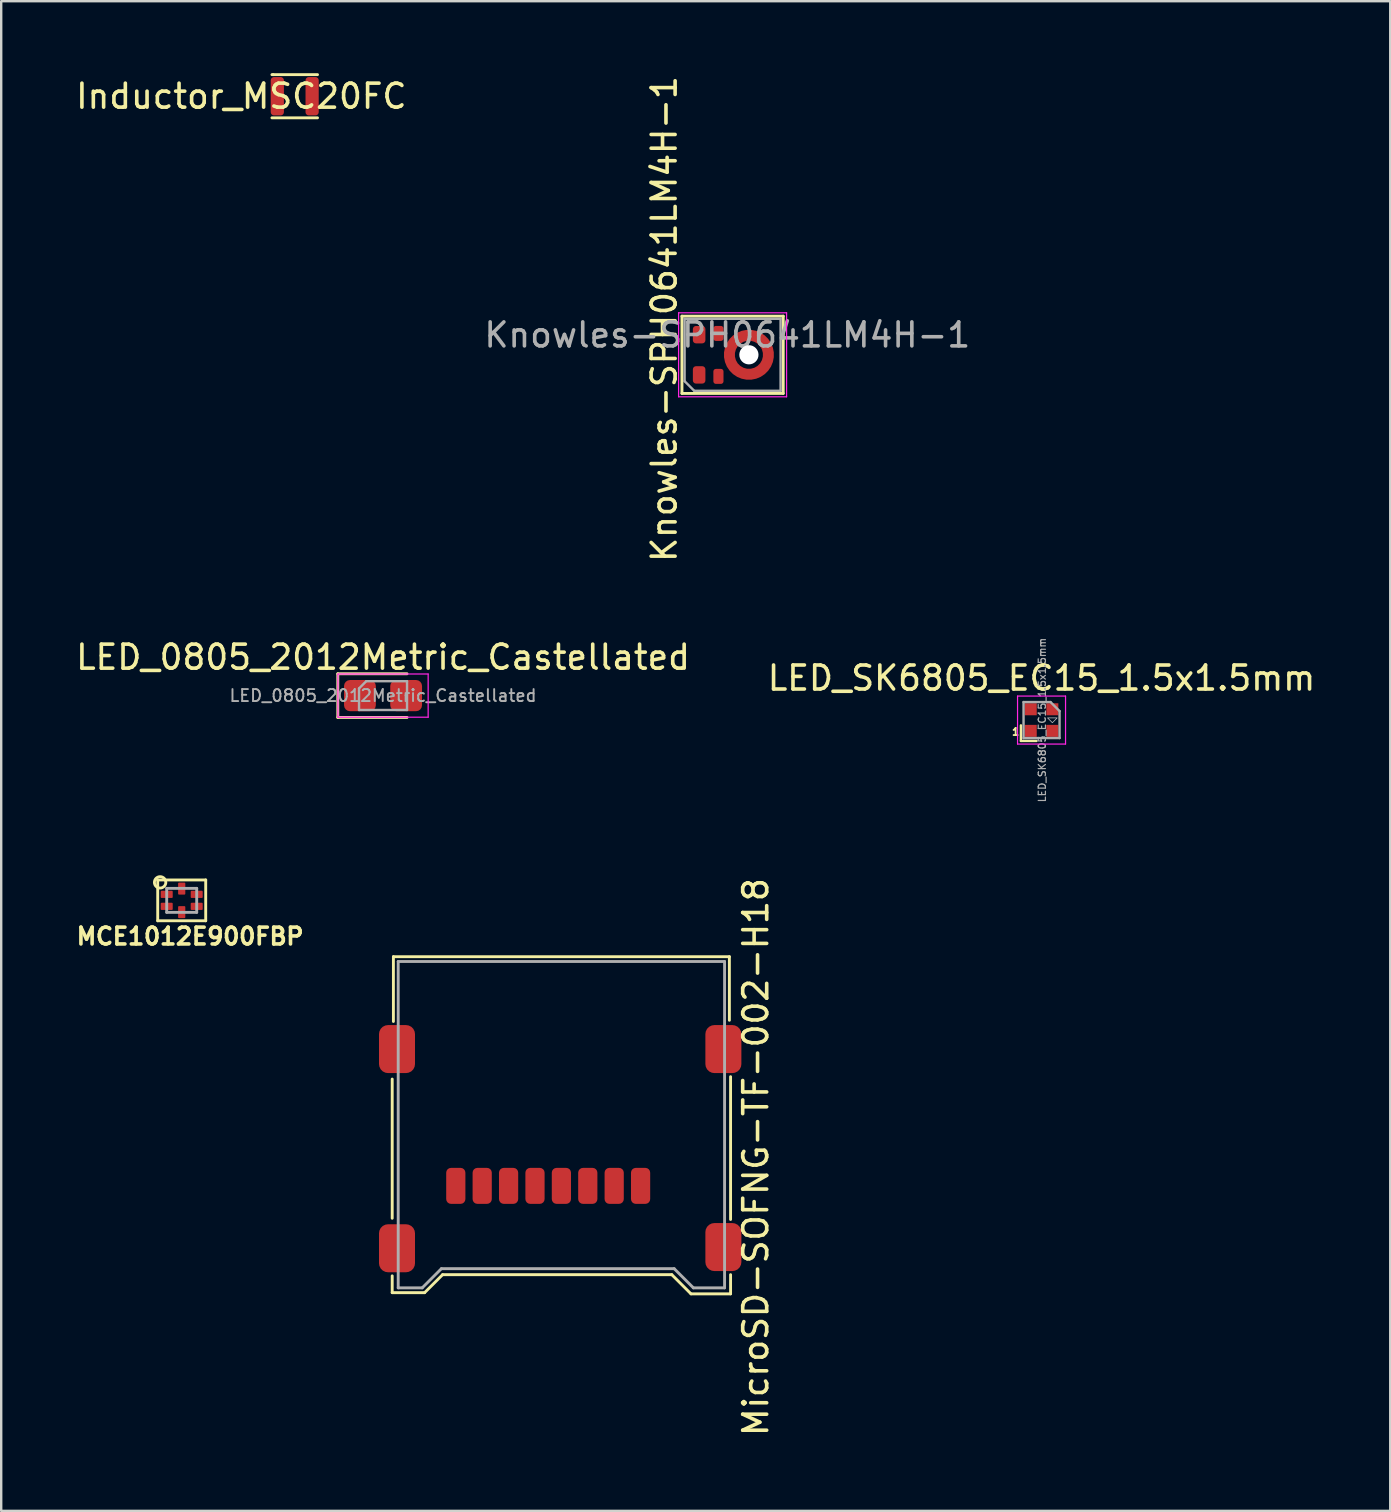
<source format=kicad_pcb>
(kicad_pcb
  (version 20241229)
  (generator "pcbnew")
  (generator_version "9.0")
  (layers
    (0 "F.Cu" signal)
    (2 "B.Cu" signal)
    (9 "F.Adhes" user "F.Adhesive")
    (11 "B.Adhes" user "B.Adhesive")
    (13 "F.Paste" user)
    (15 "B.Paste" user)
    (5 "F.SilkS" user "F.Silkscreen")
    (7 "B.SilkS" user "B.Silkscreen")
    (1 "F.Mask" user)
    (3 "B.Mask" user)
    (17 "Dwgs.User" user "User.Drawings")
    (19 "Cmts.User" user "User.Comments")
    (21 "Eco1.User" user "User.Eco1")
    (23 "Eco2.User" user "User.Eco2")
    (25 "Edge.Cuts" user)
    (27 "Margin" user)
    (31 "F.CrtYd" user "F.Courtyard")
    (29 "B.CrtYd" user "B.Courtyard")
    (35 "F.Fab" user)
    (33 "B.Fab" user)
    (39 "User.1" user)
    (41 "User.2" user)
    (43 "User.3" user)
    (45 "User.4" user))
  (footprint "MCE1012E900FBP"
    (layer "F.Cu")
    (at 4.522 34.468)
    (property "Reference" "MCE1012E900FBP" (at 0.35 1.5 0) (layer "F.SilkS") (effects (font (size 0.7 0.7) (thickness 0.15))))
    (attr through_hole)
    (fp_line (start -1 -0.85) (end 1 -0.85) (stroke (width 0.12) (type solid)) (layer "F.SilkS"))
    (fp_line (start -1 0.85) (end -1 -0.85) (stroke (width 0.12) (type solid)) (layer "F.SilkS"))
    (fp_line (start 1 -0.85) (end 1 0.85) (stroke (width 0.12) (type solid)) (layer "F.SilkS"))
    (fp_line (start 1 0.85) (end -1 0.85) (stroke (width 0.12) (type solid)) (layer "F.SilkS"))
    (fp_circle (center -0.9 -0.75) (end -0.675 -0.675) (stroke (width 0.12) (type solid)) (fill no) (layer "F.SilkS"))
    (fp_line (start -0.625 -0.5) (end 0.625 -0.5) (stroke (width 0.12) (type solid)) (layer "F.Fab"))
    (fp_line (start -0.625 0.5) (end -0.625 -0.5) (stroke (width 0.12) (type solid)) (layer "F.Fab"))
    (fp_line (start 0.625 -0.5) (end 0.625 0.5) (stroke (width 0.12) (type solid)) (layer "F.Fab"))
    (fp_line (start 0.625 0.5) (end -0.625 0.5) (stroke (width 0.12) (type solid)) (layer "F.Fab"))
    (pad "1" smd roundrect (at -0.625 -0.25) (size 0.5 0.3) (layers "F.Cu" "F.Mask" "F.Paste") (roundrect_rratio 0.125))
    (pad "2" smd roundrect (at 0.625 -0.25) (size 0.5 0.3) (layers "F.Cu" "F.Mask" "F.Paste") (roundrect_rratio 0.125))
    (pad "3" smd roundrect (at -0.625 0.25) (size 0.5 0.3) (layers "F.Cu" "F.Mask" "F.Paste") (roundrect_rratio 0.125))
    (pad "4" smd roundrect (at 0.625 0.25) (size 0.5 0.3) (layers "F.Cu" "F.Mask" "F.Paste") (roundrect_rratio 0.125))
    (pad "5" smd roundrect (at 0 -0.49 90) (size 0.5 0.3) (layers "F.Cu" "F.Mask" "F.Paste") (roundrect_rratio 0.125))
    (pad "6" smd roundrect (at 0 0.49 90) (size 0.5 0.3) (layers "F.Cu" "F.Mask" "F.Paste") (roundrect_rratio 0.125)))
  (footprint "Knowles-SPH0641LM4H-1"
    (layer "F.Cu")
    (at 27.477 11.734)
    (property "Reference" "Knowles-SPH0641LM4H-1" (at -2.85 -1.49 90) (layer "F.SilkS") (effects (font (size 1 1) (thickness 0.15))))
    (attr smd)
    (fp_line (start -2.11 -1.61) (end 2.11 -1.61) (stroke (width 0.12) (type solid)) (layer "F.SilkS"))
    (fp_line (start -2.11 1.61) (end -2.11 -1.61) (stroke (width 0.12) (type solid)) (layer "F.SilkS"))
    (fp_line (start 2.11 -1.61) (end 2.11 1.61) (stroke (width 0.12) (type solid)) (layer "F.SilkS"))
    (fp_line (start 2.11 1.61) (end -2.11 1.61) (stroke (width 0.12) (type solid)) (layer "F.SilkS"))
    (fp_line (start -2.25 -1.75) (end 2.25 -1.75) (stroke (width 0.05) (type solid)) (layer "F.CrtYd"))
    (fp_line (start -2.25 1.75) (end -2.25 -1.75) (stroke (width 0.05) (type solid)) (layer "F.CrtYd"))
    (fp_line (start 2.25 -1.75) (end 2.25 1.75) (stroke (width 0.05) (type solid)) (layer "F.CrtYd"))
    (fp_line (start 2.25 1.75) (end -2.25 1.75) (stroke (width 0.05) (type solid)) (layer "F.CrtYd"))
    (fp_line (start -2 -1.5) (end 2 -1.5) (stroke (width 0.1) (type solid)) (layer "F.Fab"))
    (fp_line (start -2 1.1) (end -2 -1.5) (stroke (width 0.1) (type solid)) (layer "F.Fab"))
    (fp_line (start -2 1.1) (end -1.6 1.5) (stroke (width 0.1) (type solid)) (layer "F.Fab"))
    (fp_line (start 2 -1.5) (end 2 1.5) (stroke (width 0.1) (type solid)) (layer "F.Fab"))
    (fp_line (start 2 1.5) (end -1.6 1.5) (stroke (width 0.1) (type solid)) (layer "F.Fab"))
    (fp_text user "${REFERENCE}" (at -0.221 -0.826 0) (layer "F.Fab") (effects (font (size 1 1) (thickness 0.15))))
    (pad "" smd custom (at -1.4 -0.725) (size 0.3 0.3) (layers "F.Paste") (options (anchor circle)) (primitives (gr_poly (pts (xy 0.185 -0.327) (xy 0.141 -0.391) (xy 0.077 -0.435) (xy 0 -0.45) (xy -0.077 -0.435) (xy -0.141 -0.391) (xy -0.185 -0.327) (xy -0.2 -0.25) (xy -0.2 0) (xy -0.185 0.077) (xy -0.141 0.141) (xy -0.077 0.185) (xy 0 0.2) (xy 0.077 0.185) (xy 0.141 0.141) (xy 0.185 0.077) (xy 0.2 0) (xy 0.2 -0.25)) (width 0) (fill yes))))
    (pad "" smd custom (at -1.4 0.725) (size 0.3 0.3) (layers "F.Paste") (options (anchor circle)) (primitives (gr_poly (pts (xy 0.185 -0.077) (xy 0.141 -0.141) (xy 0.077 -0.185) (xy 0 -0.2) (xy -0.077 -0.185) (xy -0.141 -0.141) (xy -0.185 -0.077) (xy -0.2 0) (xy -0.2 0.25) (xy -0.185 0.327) (xy -0.141 0.391) (xy -0.077 0.435) (xy 0 0.45) (xy 0.077 0.435) (xy 0.141 0.391) (xy 0.185 0.327) (xy 0.2 0.25) (xy 0.2 0)) (width 0) (fill yes))))
    (pad "" smd custom (at -0.6 -0.725) (size 0.3 0.3) (layers "F.Paste") (options (anchor circle)) (primitives (gr_poly (pts (xy 0.185 -0.327) (xy 0.141 -0.391) (xy 0.077 -0.435) (xy 0 -0.45) (xy -0.077 -0.435) (xy -0.141 -0.391) (xy -0.185 -0.327) (xy -0.2 -0.25) (xy -0.2 0) (xy -0.185 0.077) (xy -0.141 0.141) (xy -0.077 0.185) (xy 0 0.2) (xy 0.077 0.185) (xy 0.141 0.141) (xy 0.185 0.077) (xy 0.2 0) (xy 0.2 -0.25)) (width 0) (fill yes))))
    (pad "" smd custom (at -0.6 0.725) (size 0.3 0.3) (layers "F.Paste") (options (anchor circle)) (primitives (gr_poly (pts (xy 0.185 -0.077) (xy 0.141 -0.141) (xy 0.077 -0.185) (xy 0 -0.2) (xy -0.077 -0.185) (xy -0.141 -0.141) (xy -0.185 -0.077) (xy -0.2 0) (xy -0.2 0.25) (xy -0.185 0.327) (xy -0.141 0.391) (xy -0.077 0.435) (xy 0 0.45) (xy 0.077 0.435) (xy 0.141 0.391) (xy 0.185 0.327) (xy 0.2 0.25) (xy 0.2 0)) (width 0) (fill yes))))
    (pad "" smd custom (at -0.12 0) (size 0.3 0.3) (layers "F.Paste") (options (anchor circle)) (primitives (gr_poly (pts (xy -0.093 -0.33) (xy -0.02 -0.36) (xy 0.058 -0.359) (xy 0.129 -0.328) (xy 0.184 -0.273) (xy 0.213 -0.2) (xy 0.213 -0.122) (xy 0.2 0) (xy 0.213 0.122) (xy 0.213 0.2) (xy 0.184 0.273) (xy 0.129 0.328) (xy 0.058 0.359) (xy -0.02 0.36) (xy -0.093 0.33) (xy -0.149 0.276) (xy -0.179 0.204) (xy -0.198 0.068) (xy -0.198 -0.068) (xy -0.179 -0.204) (xy -0.149 -0.276)) (width 0) (fill yes))))
    (pad "" smd custom (at 0.28 -0.693) (size 0.3 0.3) (layers "F.Paste") (options (anchor circle)) (primitives (gr_poly (pts (xy 0.24 -0.246) (xy 0.301 -0.198) (xy 0.34 -0.13) (xy 0.349 -0.052) (xy 0.328 0.023) (xy 0.28 0.085) (xy 0.212 0.123) (xy 0.1 0.173) (xy 0.000409 0.245) (xy -0.067 0.285) (xy -0.144 0.296) (xy -0.22 0.276) (xy -0.282 0.229) (xy -0.322 0.162) (xy -0.332 0.085) (xy -0.313 0.009) (xy -0.266 -0.053) (xy -0.158 -0.137) (xy -0.04 -0.205) (xy 0.087 -0.257) (xy 0.164 -0.266)) (width 0) (fill yes))))
    (pad "" smd custom (at 0.28 0.693) (size 0.3 0.3) (layers "F.Paste") (options (anchor circle)) (primitives (gr_poly (pts (xy -0.332 -0.085) (xy -0.322 -0.162) (xy -0.282 -0.229) (xy -0.22 -0.276) (xy -0.144 -0.296) (xy -0.067 -0.285) (xy 0.000389 -0.245) (xy 0.1 -0.173) (xy 0.212 -0.123) (xy 0.28 -0.085) (xy 0.328 -0.023) (xy 0.349 0.052) (xy 0.34 0.13) (xy 0.301 0.197) (xy 0.24 0.246) (xy 0.164 0.266) (xy 0.087 0.257) (xy -0.04 0.205) (xy -0.158 0.137) (xy -0.266 0.053) (xy -0.313 -0.009)) (width 0) (fill yes))))
    (pad "" np_thru_hole circle (at 0.68 0) (size 0.8 0.8) (drill 0.8) (layers "*.Cu" "*.Mask"))
    (pad "" smd custom (at 1.08 -0.693) (size 0.3 0.3) (layers "F.Paste") (options (anchor circle)) (primitives (gr_poly (pts (xy 0.332 0.085) (xy 0.322 0.162) (xy 0.282 0.229) (xy 0.22 0.276) (xy 0.144 0.296) (xy 0.067 0.285) (xy -0.000409 0.245) (xy -0.1 0.173) (xy -0.212 0.123) (xy -0.28 0.085) (xy -0.328 0.023) (xy -0.349 -0.052) (xy -0.34 -0.13) (xy -0.301 -0.198) (xy -0.24 -0.246) (xy -0.164 -0.266) (xy -0.087 -0.257) (xy 0.04 -0.205) (xy 0.158 -0.137) (xy 0.266 -0.053) (xy 0.313 0.009)) (width 0) (fill yes))))
    (pad "" smd custom (at 1.08 0.693) (size 0.3 0.3) (layers "F.Paste") (options (anchor circle)) (primitives (gr_poly (pts (xy -0.24 0.246) (xy -0.301 0.198) (xy -0.34 0.13) (xy -0.349 0.052) (xy -0.328 -0.023) (xy -0.28 -0.085) (xy -0.212 -0.123) (xy -0.1 -0.173) (xy -0.000411 -0.245) (xy 0.067 -0.285) (xy 0.144 -0.296) (xy 0.22 -0.276) (xy 0.282 -0.229) (xy 0.322 -0.162) (xy 0.332 -0.085) (xy 0.313 -0.009) (xy 0.266 0.053) (xy 0.158 0.137) (xy 0.04 0.205) (xy -0.087 0.257) (xy -0.164 0.266)) (width 0) (fill yes))))
    (pad "" smd custom (at 1.48 0) (size 0.3 0.3) (layers "F.Paste") (options (anchor circle)) (primitives (gr_poly (pts (xy 0.093 0.33) (xy 0.02 0.36) (xy -0.058 0.359) (xy -0.129 0.328) (xy -0.184 0.273) (xy -0.213 0.2) (xy -0.213 0.122) (xy -0.2 0) (xy -0.213 -0.122) (xy -0.213 -0.2) (xy -0.184 -0.273) (xy -0.129 -0.328) (xy -0.058 -0.359) (xy 0.02 -0.36) (xy 0.093 -0.33) (xy 0.149 -0.276) (xy 0.179 -0.204) (xy 0.198 -0.068) (xy 0.198 0.068) (xy 0.179 0.204) (xy 0.149 0.276)) (width 0) (fill yes))))
    (pad "1" smd roundrect (at -1.394 0.838) (size 0.522 0.725) (layers "F.Cu" "F.Mask") (roundrect_rratio 0.25))
    (pad "2" smd roundrect (at -0.59 0.9) (size 0.422 0.625) (layers "F.Cu" "F.Mask") (roundrect_rratio 0.25))
    (pad "3" smd custom (at 0.68 -0.81) (size 0.4 0.4) (layers "F.Cu" "F.Mask") (options (anchor circle)) (primitives (gr_circle (center 0 0.81) (end 0.812 0.81) (width 0.46) (fill no))))
    (pad "4" smd roundrect (at -0.59 -0.89) (size 0.422 0.625) (layers "F.Cu" "F.Mask") (roundrect_rratio 0.25))
    (pad "5" smd roundrect (at -1.394 -0.838) (size 0.522 0.725) (layers "F.Cu" "F.Mask") (roundrect_rratio 0.25)))
  (footprint "Inductor_MSC20FC"
    (layer "F.Cu")
    (at 9.231 0.96)
    (property "Reference" "Inductor_MSC20FC" (at -2.225 0 0) (layer "F.SilkS") (effects (font (size 1 1) (thickness 0.15))))
    (attr through_hole)
    (fp_line (start -0.95 0.9) (end 0.95 0.9) (stroke (width 0.12) (type solid)) (layer "F.SilkS"))
    (fp_line (start -0.9 -0.9) (end -0.95 -0.9) (stroke (width 0.12) (type solid)) (layer "F.SilkS"))
    (fp_line (start -0.9 -0.9) (end 0.95 -0.9) (stroke (width 0.12) (type solid)) (layer "F.SilkS"))
    (pad "1" smd roundrect (at -0.725 0) (size 0.55 1.6) (layers "F.Cu" "F.Mask" "F.Paste") (roundrect_rratio 0.25))
    (pad "2" smd roundrect (at 0.725 0) (size 0.55 1.6) (layers "F.Cu" "F.Mask" "F.Paste") (roundrect_rratio 0.25)))
  (footprint "MicroSD-SOFNG-TF-002-H18"
    (layer "F.Cu")
    (at 20.343 46.315)
    (property "Reference" "MicroSD-SOFNG-TF-002-H18" (at 8.1 -1.15 90) (layer "F.SilkS") (effects (font (size 1 1) (thickness 0.15))))
    (attr through_hole)
    (fp_line (start -7.05 -4.4) (end -7.05 1.4) (stroke (width 0.12) (type solid)) (layer "F.SilkS"))
    (fp_line (start -7.05 3.8) (end -7.05 4.5) (stroke (width 0.12) (type solid)) (layer "F.SilkS"))
    (fp_line (start -7.05 4.5) (end -5.7 4.5) (stroke (width 0.12) (type solid)) (layer "F.SilkS"))
    (fp_line (start -7 -9.5) (end -7 -6.8) (stroke (width 0.12) (type solid)) (layer "F.SilkS"))
    (fp_line (start -5.7 4.5) (end -4.95 3.75) (stroke (width 0.12) (type solid)) (layer "F.SilkS"))
    (fp_line (start -4.95 3.75) (end 4.6 3.75) (stroke (width 0.12) (type solid)) (layer "F.SilkS"))
    (fp_line (start 4.6 3.75) (end 5.4 4.55) (stroke (width 0.12) (type solid)) (layer "F.SilkS"))
    (fp_line (start 5.4 4.55) (end 7.05 4.55) (stroke (width 0.12) (type solid)) (layer "F.SilkS"))
    (fp_line (start 7 -9.5) (end -7 -9.5) (stroke (width 0.12) (type solid)) (layer "F.SilkS"))
    (fp_line (start 7 -6.85) (end 7 -9.5) (stroke (width 0.12) (type solid)) (layer "F.SilkS"))
    (fp_line (start 7.05 1.45) (end 7.05 -4.5) (stroke (width 0.12) (type solid)) (layer "F.SilkS"))
    (fp_line (start 7.05 4.55) (end 7.05 3.75) (stroke (width 0.12) (type solid)) (layer "F.SilkS"))
    (fp_line (start -6.8 4.3) (end -6.8 -9.3) (stroke (width 0.12) (type solid)) (layer "F.Fab"))
    (fp_line (start -6.8 4.3) (end -5.8 4.3) (stroke (width 0.12) (type solid)) (layer "F.Fab"))
    (fp_line (start -5.8 4.3) (end -5 3.5) (stroke (width 0.12) (type solid)) (layer "F.Fab"))
    (fp_line (start -5 3.5) (end 4.7 3.5) (stroke (width 0.12) (type solid)) (layer "F.Fab"))
    (fp_line (start 4.7 3.5) (end 5.5 4.3) (stroke (width 0.12) (type solid)) (layer "F.Fab"))
    (fp_line (start 5.5 4.3) (end 6.8 4.3) (stroke (width 0.12) (type solid)) (layer "F.Fab"))
    (fp_line (start 6.8 -9.3) (end -6.8 -9.3) (stroke (width 0.12) (type solid)) (layer "F.Fab"))
    (fp_line (start 6.8 4.3) (end 6.8 -9.3) (stroke (width 0.12) (type solid)) (layer "F.Fab"))
    (pad "1" smd roundrect (at 3.3 0.05) (size 0.8 1.5) (layers "F.Cu" "F.Mask" "F.Paste") (roundrect_rratio 0.25))
    (pad "2" smd roundrect (at 2.2 0.05) (size 0.8 1.5) (layers "F.Cu" "F.Mask" "F.Paste") (roundrect_rratio 0.25))
    (pad "3" smd roundrect (at 1.1 0.05) (size 0.8 1.5) (layers "F.Cu" "F.Mask" "F.Paste") (roundrect_rratio 0.25))
    (pad "4" smd roundrect (at 0 0.05) (size 0.8 1.5) (layers "F.Cu" "F.Mask" "F.Paste") (roundrect_rratio 0.25))
    (pad "5" smd roundrect (at -1.1 0.05) (size 0.8 1.5) (layers "F.Cu" "F.Mask" "F.Paste") (roundrect_rratio 0.25))
    (pad "6" smd roundrect (at -2.2 0.05) (size 0.8 1.5) (layers "F.Cu" "F.Mask" "F.Paste") (roundrect_rratio 0.25))
    (pad "7" smd roundrect (at -3.3 0.05) (size 0.8 1.5) (layers "F.Cu" "F.Mask" "F.Paste") (roundrect_rratio 0.25))
    (pad "8" smd roundrect (at -4.4 0.05) (size 0.8 1.5) (layers "F.Cu" "F.Mask" "F.Paste") (roundrect_rratio 0.25))
    (pad "9" smd roundrect (at -6.85 -5.65) (size 1.5 2) (layers "F.Cu" "F.Mask" "F.Paste") (roundrect_rratio 0.25))
    (pad "9" smd roundrect (at -6.85 2.65) (size 1.5 2) (layers "F.Cu" "F.Mask" "F.Paste") (roundrect_rratio 0.25))
    (pad "9" smd roundrect (at 6.75 -5.65) (size 1.5 2) (layers "F.Cu" "F.Mask" "F.Paste") (roundrect_rratio 0.25))
    (pad "9" smd roundrect (at 6.75 2.6) (size 1.5 2) (layers "F.Cu" "F.Mask" "F.Paste") (roundrect_rratio 0.25)))
  (footprint "LED_SK6805_EC15_1.5x1.5mm"
    (layer "F.Cu")
    (at 40.351 26.955)
    (property "Reference" "LED_SK6805_EC15_1.5x1.5mm" (at 0 -1.75 0) (layer "F.SilkS") (effects (font (size 1 1) (thickness 0.15))))
    (attr smd)
    (fp_line (start -0.86 0.87) (end -0.86 0.22) (stroke (width 0.1) (type solid)) (layer "F.SilkS"))
    (fp_line (start -0.21 0.87) (end -0.86 0.87) (stroke (width 0.1) (type solid)) (layer "F.SilkS"))
    (fp_poly (pts (xy 0.45 0.11) (xy 0.25 -0.09) (xy 0.65 -0.09)) (stroke (width 0.03) (type solid)) (fill no) (layer "Dwgs.User"))
    (fp_line (start -1 -1) (end 1 -1) (stroke (width 0.05) (type solid)) (layer "F.CrtYd"))
    (fp_line (start -1 1) (end -1 -1) (stroke (width 0.05) (type solid)) (layer "F.CrtYd"))
    (fp_line (start 1 -1) (end 1 1) (stroke (width 0.05) (type solid)) (layer "F.CrtYd"))
    (fp_line (start 1 1) (end -1 1) (stroke (width 0.05) (type solid)) (layer "F.CrtYd"))
    (fp_line (start -0.75 -0.75) (end 0.375 -0.75) (stroke (width 0.1) (type solid)) (layer "F.Fab"))
    (fp_line (start -0.75 0.75) (end -0.75 -0.75) (stroke (width 0.1) (type solid)) (layer "F.Fab"))
    (fp_line (start 0.375 -0.75) (end 0.75 -0.375) (stroke (width 0.1) (type solid)) (layer "F.Fab"))
    (fp_line (start 0.75 -0.375) (end 0.75 0.75) (stroke (width 0.1) (type solid)) (layer "F.Fab"))
    (fp_line (start 0.75 0.75) (end -0.75 0.75) (stroke (width 0.1) (type solid)) (layer "F.Fab"))
    (fp_text user "1" (at -1.08 0.49 0) (layer "F.SilkS") (effects (font (size 0.3 0.3) (thickness 0.075))))
    (fp_text user "${REFERENCE}" (at 0.025 0 90) (layer "F.Fab") (effects (font (size 0.3 0.3) (thickness 0.05))))
    (pad "1" smd rect (at -0.45 0.45) (size 0.5 0.5) (layers "F.Cu" "F.Mask" "F.Paste"))
    (pad "2" smd rect (at 0.45 0.45) (size 0.5 0.5) (layers "F.Cu" "F.Mask" "F.Paste"))
    (pad "3" smd rect (at 0.45 -0.45) (size 0.5 0.5) (layers "F.Cu" "F.Mask" "F.Paste"))
    (pad "4" smd rect (at -0.45 -0.45) (size 0.5 0.5) (layers "F.Cu" "F.Mask" "F.Paste")))
  (footprint "LED_0805_2012Metric_Castellated"
    (layer "F.Cu")
    (at 12.911 25.936)
    (property "Reference" "LED_0805_2012Metric_Castellated" (at 0 -1.6 180) (layer "F.SilkS") (effects (font (size 1 1) (thickness 0.15))))
    (attr smd)
    (fp_line (start -1.885 -0.91) (end -1.885 0.91) (stroke (width 0.12) (type solid)) (layer "F.SilkS"))
    (fp_line (start -1.885 0.91) (end 1 0.91) (stroke (width 0.12) (type solid)) (layer "F.SilkS"))
    (fp_line (start 1 -0.91) (end -1.885 -0.91) (stroke (width 0.12) (type solid)) (layer "F.SilkS"))
    (fp_line (start -1.88 -0.9) (end 1.88 -0.9) (stroke (width 0.05) (type solid)) (layer "F.CrtYd"))
    (fp_line (start -1.88 0.9) (end -1.88 -0.9) (stroke (width 0.05) (type solid)) (layer "F.CrtYd"))
    (fp_line (start 1.88 -0.9) (end 1.88 0.9) (stroke (width 0.05) (type solid)) (layer "F.CrtYd"))
    (fp_line (start 1.88 0.9) (end -1.88 0.9) (stroke (width 0.05) (type solid)) (layer "F.CrtYd"))
    (fp_line (start -1 -0.3) (end -1 0.6) (stroke (width 0.1) (type solid)) (layer "F.Fab"))
    (fp_line (start -1 0.6) (end 1 0.6) (stroke (width 0.1) (type solid)) (layer "F.Fab"))
    (fp_line (start -0.7 -0.6) (end -1 -0.3) (stroke (width 0.1) (type solid)) (layer "F.Fab"))
    (fp_line (start 1 -0.6) (end -0.7 -0.6) (stroke (width 0.1) (type solid)) (layer "F.Fab"))
    (fp_line (start 1 0.6) (end 1 -0.6) (stroke (width 0.1) (type solid)) (layer "F.Fab"))
    (fp_text user "${REFERENCE}" (at 0 0 180) (layer "F.Fab") (effects (font (size 0.5 0.5) (thickness 0.08))))
    (pad "1" smd roundrect (at -0.963 0) (size 1.325 1.3) (layers "F.Cu" "F.Mask" "F.Paste") (roundrect_rratio 0.192))
    (pad "2" smd roundrect (at 0.963 0) (size 1.325 1.3) (layers "F.Cu" "F.Mask" "F.Paste") (roundrect_rratio 0.192)))
  (gr_rect
    (start -3 -3)
    (end 54.881 59.909)
    (stroke (width 0.1) (type default))
    (fill no)
    (layer "Edge.Cuts")))
</source>
